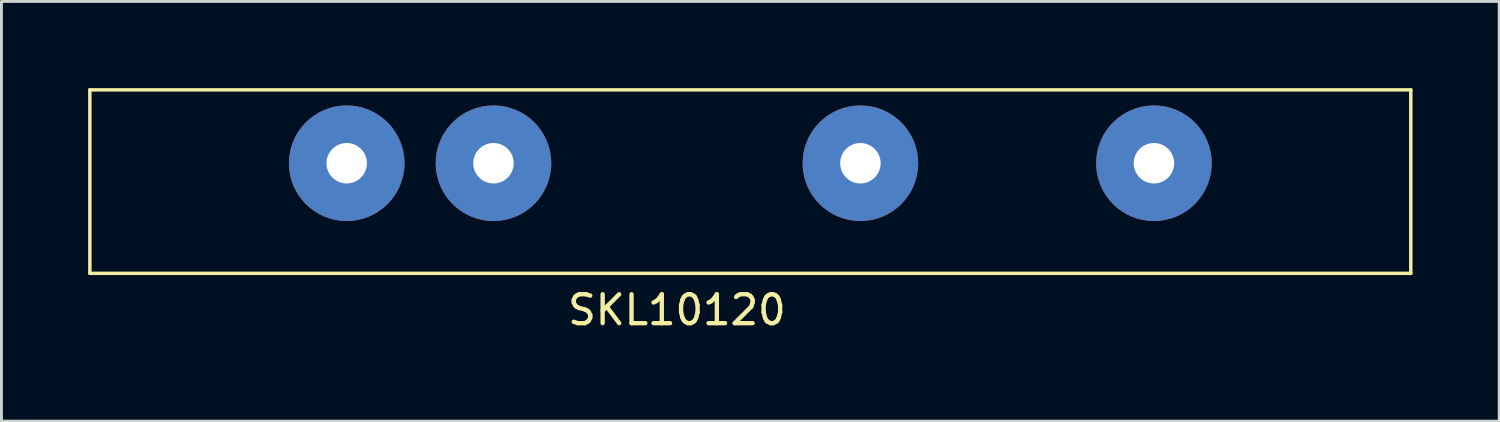
<source format=kicad_pcb>
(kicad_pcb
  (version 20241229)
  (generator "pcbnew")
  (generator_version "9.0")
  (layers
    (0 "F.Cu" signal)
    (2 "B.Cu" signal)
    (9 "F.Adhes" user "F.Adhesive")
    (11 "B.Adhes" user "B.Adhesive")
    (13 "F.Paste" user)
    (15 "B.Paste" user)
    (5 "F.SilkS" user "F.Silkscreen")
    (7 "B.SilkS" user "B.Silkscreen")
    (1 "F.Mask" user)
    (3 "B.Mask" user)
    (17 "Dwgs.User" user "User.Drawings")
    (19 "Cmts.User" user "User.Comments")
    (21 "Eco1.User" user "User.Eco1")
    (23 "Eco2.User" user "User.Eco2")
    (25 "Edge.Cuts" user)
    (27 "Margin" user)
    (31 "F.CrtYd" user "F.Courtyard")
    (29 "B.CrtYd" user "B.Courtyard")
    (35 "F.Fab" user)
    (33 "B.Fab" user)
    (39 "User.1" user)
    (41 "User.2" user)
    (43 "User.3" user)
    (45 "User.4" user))
  (footprint "SKL10120"
    (layer "F.Cu")
    (at 20.38 2.6)
    (property "Reference" "SKL10120" (at 0 5.08 0) (layer "F.SilkS") (effects (font (size 1 1) (thickness 0.15))))
    (attr through_hole)
    (fp_line (start -20.32 -2.54) (end 25.4 -2.54) (stroke (width 0.12) (type solid)) (layer "F.SilkS"))
    (fp_line (start -20.32 3.81) (end -20.32 -2.54) (stroke (width 0.12) (type solid)) (layer "F.SilkS"))
    (fp_line (start 25.4 -2.54) (end 25.4 3.81) (stroke (width 0.12) (type solid)) (layer "F.SilkS"))
    (fp_line (start 25.4 3.81) (end -20.32 3.81) (stroke (width 0.12) (type solid)) (layer "F.SilkS"))
    (pad "1" thru_hole circle (at 6.35 0) (size 4 4) (drill 1.4) (layers "*.Cu" "*.Mask"))
    (pad "2" thru_hole circle (at 16.51 0) (size 4 4) (drill 1.4) (layers "*.Cu" "*.Mask"))
    (pad "3" thru_hole circle (at -11.43 0) (size 4 4) (drill 1.4) (layers "*.Cu" "*.Mask"))
    (pad "4" thru_hole circle (at -6.35 0) (size 4 4) (drill 1.4) (layers "*.Cu" "*.Mask")))
  (gr_rect
    (start -3 -3)
    (end 48.84 11.528)
    (stroke (width 0.1) (type default))
    (fill no)
    (layer "Edge.Cuts")))
</source>
